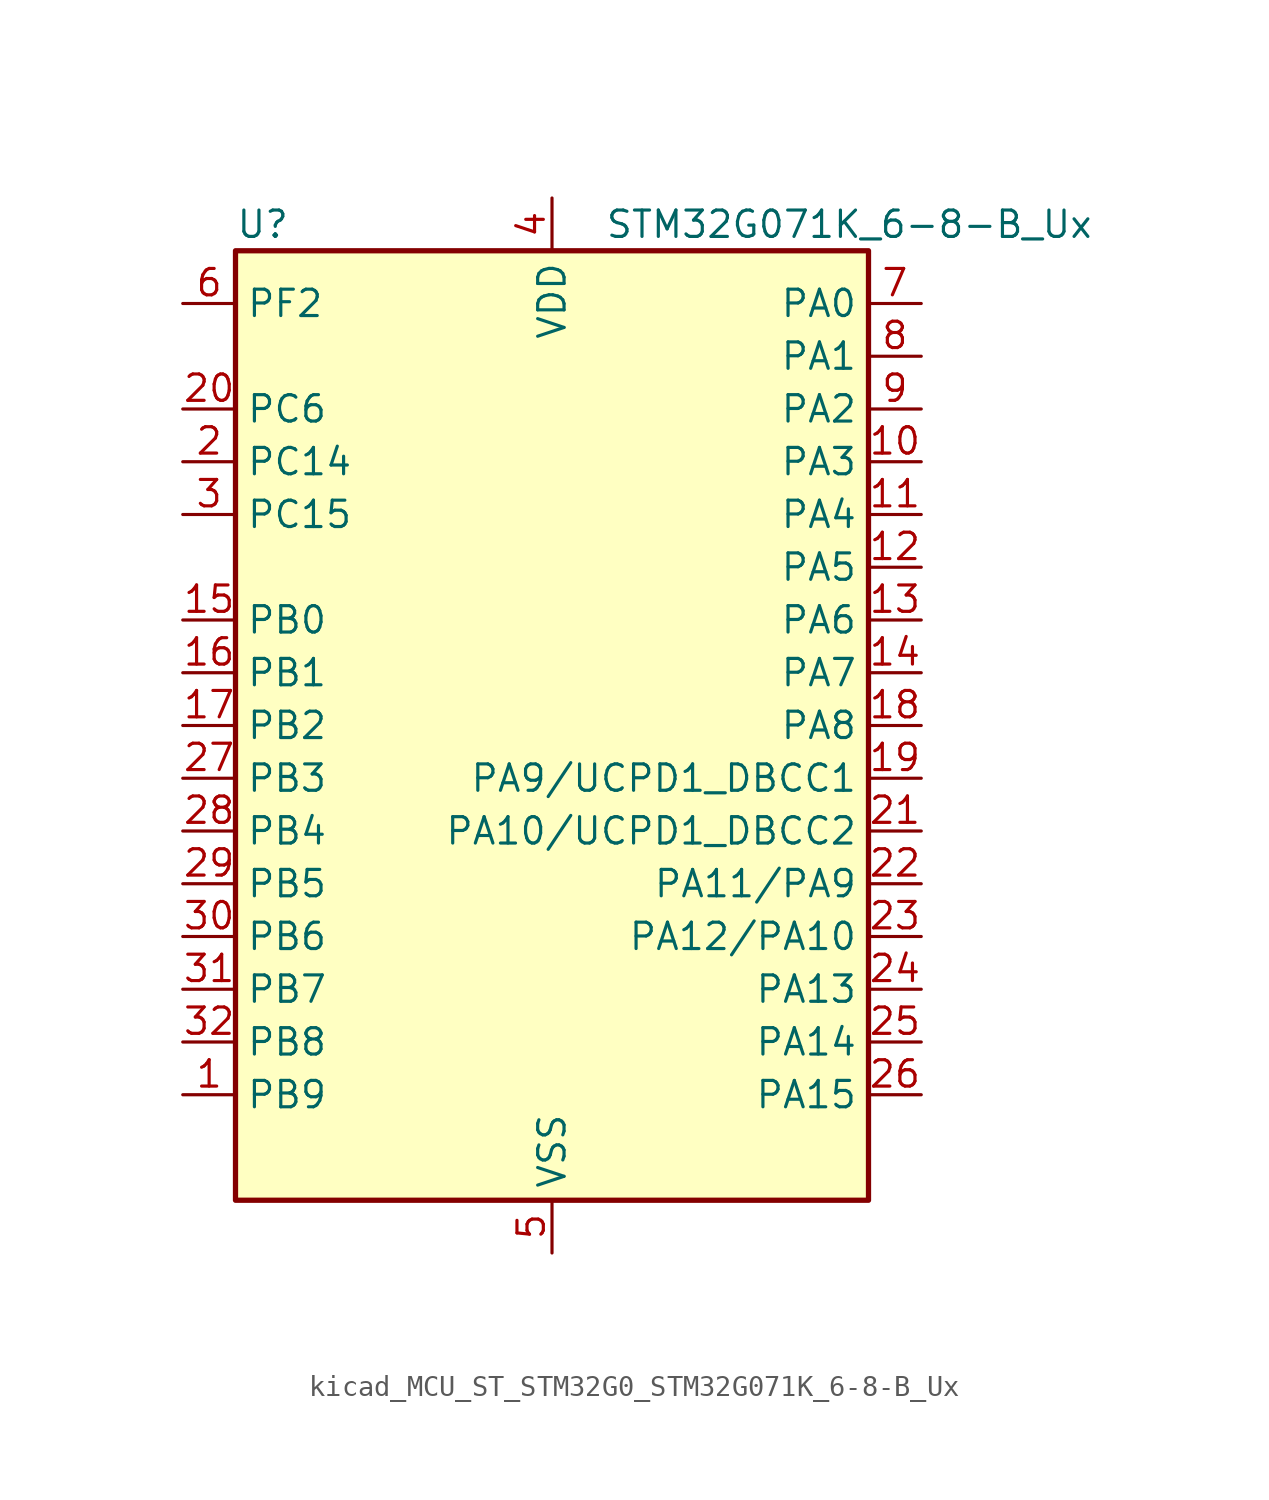
<source format=kicad_sym>
(kicad_symbol_lib
  (version 20220914)
  (generator kicad_symbol_editor)
  (symbol "kicad_MCU_ST_STM32G0_STM32G071K_6-8-B_Ux"
    (property "Reference" "U"
      (at -15.24 24.13 0)
      (effects (font (size 1.27 1.27)) (justify left)))
    (property "Value" "STM32G071K_6-8-B_Ux"
      (at 2.54 24.13 0)
      (effects (font (size 1.27 1.27)) (justify left)))
    (property "ki_locked" ""
      (at 0 0 0)
      (effects (font (size 1.27 1.27))))
    (symbol "kicad_MCU_ST_STM32G0_STM32G071K_6-8-B_Ux_0_1"
      (rectangle (start -15.24 -22.86) (end 15.24 22.86) (stroke (width 0.254) (type default)) (fill (type background))))
    (symbol "kicad_MCU_ST_STM32G0_STM32G071K_6-8-B_Ux_1_1"
      (pin bidirectional line (at -17.78 -17.78 0) (length 2.54) (name "PB9" (effects (font (size 1.27 1.27)))) (number "1" (effects (font (size 1.27 1.27)))) (alternate "DAC1_EXTI9" bidirectional line) (alternate "I2C1_SDA" bidirectional line) (alternate "IR_OUT" bidirectional line) (alternate "SPI2_NSS" bidirectional line) (alternate "TIM17_CH1" bidirectional line) (alternate "USART3_RX" bidirectional line))
      (pin bidirectional line (at 17.78 12.7 180) (length 2.54) (name "PA3" (effects (font (size 1.27 1.27)))) (number "10" (effects (font (size 1.27 1.27)))) (alternate "ADC1_IN3" bidirectional line) (alternate "COMP2_INP" bidirectional line) (alternate "LPUART1_RX" bidirectional line) (alternate "SPI2_MISO" bidirectional line) (alternate "TIM15_CH2" bidirectional line) (alternate "TIM2_CH4" bidirectional line) (alternate "USART2_RX" bidirectional line))
      (pin bidirectional line (at 17.78 10.16 180) (length 2.54) (name "PA4" (effects (font (size 1.27 1.27)))) (number "11" (effects (font (size 1.27 1.27)))) (alternate "ADC1_IN4" bidirectional line) (alternate "DAC1_OUT1" bidirectional line) (alternate "I2S1_WS" bidirectional line) (alternate "LPTIM2_OUT" bidirectional line) (alternate "RTC_OUT_ALARM" bidirectional line) (alternate "RTC_OUT_CALIB" bidirectional line) (alternate "RTC_TAMP_IN1" bidirectional line) (alternate "RTC_TS" bidirectional line) (alternate "SPI1_NSS" bidirectional line) (alternate "SPI2_MOSI" bidirectional line) (alternate "SYS_WKUP2" bidirectional line) (alternate "TIM14_CH1" bidirectional line))
      (pin bidirectional line (at 17.78 7.62 180) (length 2.54) (name "PA5" (effects (font (size 1.27 1.27)))) (number "12" (effects (font (size 1.27 1.27)))) (alternate "ADC1_IN5" bidirectional line) (alternate "CEC" bidirectional line) (alternate "DAC1_OUT2" bidirectional line) (alternate "I2S1_CK" bidirectional line) (alternate "LPTIM2_ETR" bidirectional line) (alternate "SPI1_SCK" bidirectional line) (alternate "TIM2_CH1" bidirectional line) (alternate "TIM2_ETR" bidirectional line) (alternate "UCPD1_FRSTX1" bidirectional line) (alternate "UCPD1_FRSTX2" bidirectional line) (alternate "USART3_TX" bidirectional line))
      (pin bidirectional line (at 17.78 5.08 180) (length 2.54) (name "PA6" (effects (font (size 1.27 1.27)))) (number "13" (effects (font (size 1.27 1.27)))) (alternate "ADC1_IN6" bidirectional line) (alternate "COMP1_OUT" bidirectional line) (alternate "I2S1_MCK" bidirectional line) (alternate "LPUART1_CTS" bidirectional line) (alternate "SPI1_MISO" bidirectional line) (alternate "TIM16_CH1" bidirectional line) (alternate "TIM1_BK" bidirectional line) (alternate "TIM3_CH1" bidirectional line) (alternate "USART3_CTS" bidirectional line) (alternate "USART3_NSS" bidirectional line))
      (pin bidirectional line (at 17.78 2.54 180) (length 2.54) (name "PA7" (effects (font (size 1.27 1.27)))) (number "14" (effects (font (size 1.27 1.27)))) (alternate "ADC1_IN7" bidirectional line) (alternate "COMP2_OUT" bidirectional line) (alternate "I2S1_SD" bidirectional line) (alternate "SPI1_MOSI" bidirectional line) (alternate "TIM14_CH1" bidirectional line) (alternate "TIM17_CH1" bidirectional line) (alternate "TIM1_CH1N" bidirectional line) (alternate "TIM3_CH2" bidirectional line) (alternate "UCPD1_FRSTX1" bidirectional line) (alternate "UCPD1_FRSTX2" bidirectional line))
      (pin bidirectional line (at -17.78 5.08 0) (length 2.54) (name "PB0" (effects (font (size 1.27 1.27)))) (number "15" (effects (font (size 1.27 1.27)))) (alternate "ADC1_IN8" bidirectional line) (alternate "COMP1_OUT" bidirectional line) (alternate "I2S1_WS" bidirectional line) (alternate "LPTIM1_OUT" bidirectional line) (alternate "SPI1_NSS" bidirectional line) (alternate "TIM1_CH2N" bidirectional line) (alternate "TIM3_CH3" bidirectional line) (alternate "UCPD1_FRSTX1" bidirectional line) (alternate "UCPD1_FRSTX2" bidirectional line) (alternate "USART3_RX" bidirectional line))
      (pin bidirectional line (at -17.78 2.54 0) (length 2.54) (name "PB1" (effects (font (size 1.27 1.27)))) (number "16" (effects (font (size 1.27 1.27)))) (alternate "ADC1_IN9" bidirectional line) (alternate "COMP1_INM" bidirectional line) (alternate "LPTIM2_IN1" bidirectional line) (alternate "LPUART1_DE" bidirectional line) (alternate "LPUART1_RTS" bidirectional line) (alternate "TIM14_CH1" bidirectional line) (alternate "TIM1_CH3N" bidirectional line) (alternate "TIM3_CH4" bidirectional line) (alternate "USART3_CK" bidirectional line) (alternate "USART3_DE" bidirectional line) (alternate "USART3_RTS" bidirectional line))
      (pin bidirectional line (at -17.78 0 0) (length 2.54) (name "PB2" (effects (font (size 1.27 1.27)))) (number "17" (effects (font (size 1.27 1.27)))) (alternate "ADC1_IN10" bidirectional line) (alternate "COMP1_INP" bidirectional line) (alternate "LPTIM1_OUT" bidirectional line) (alternate "SPI2_MISO" bidirectional line) (alternate "USART3_TX" bidirectional line))
      (pin bidirectional line (at 17.78 0 180) (length 2.54) (name "PA8" (effects (font (size 1.27 1.27)))) (number "18" (effects (font (size 1.27 1.27)))) (alternate "LPTIM2_OUT" bidirectional line) (alternate "RCC_MCO" bidirectional line) (alternate "SPI2_NSS" bidirectional line) (alternate "TIM1_CH1" bidirectional line) (alternate "UCPD1_CC1" bidirectional line))
      (pin bidirectional line (at 17.78 -2.54 180) (length 2.54) (name "PA9/UCPD1_DBCC1" (effects (font (size 1.27 1.27)))) (number "19" (effects (font (size 1.27 1.27)))) (alternate "DAC1_EXTI9" bidirectional line) (alternate "I2C1_SCL" bidirectional line) (alternate "RCC_MCO" bidirectional line) (alternate "SPI2_MISO" bidirectional line) (alternate "TIM15_BK" bidirectional line) (alternate "TIM1_CH2" bidirectional line) (alternate "UCPD1_DBCC1" bidirectional line) (alternate "USART1_TX" bidirectional line))
      (pin bidirectional line (at -17.78 12.7 0) (length 2.54) (name "PC14" (effects (font (size 1.27 1.27)))) (number "2" (effects (font (size 1.27 1.27)))) (alternate "RCC_OSC32_IN" bidirectional line) (alternate "RCC_OSC_IN" bidirectional line) (alternate "TIM1_BK2" bidirectional line))
      (pin bidirectional line (at -17.78 15.24 0) (length 2.54) (name "PC6" (effects (font (size 1.27 1.27)))) (number "20" (effects (font (size 1.27 1.27)))) (alternate "TIM2_CH3" bidirectional line) (alternate "TIM3_CH1" bidirectional line) (alternate "UCPD1_FRSTX1" bidirectional line) (alternate "UCPD1_FRSTX2" bidirectional line))
      (pin bidirectional line (at 17.78 -5.08 180) (length 2.54) (name "PA10/UCPD1_DBCC2" (effects (font (size 1.27 1.27)))) (number "21" (effects (font (size 1.27 1.27)))) (alternate "I2C1_SDA" bidirectional line) (alternate "SPI2_MOSI" bidirectional line) (alternate "TIM17_BK" bidirectional line) (alternate "TIM1_CH3" bidirectional line) (alternate "UCPD1_DBCC2" bidirectional line) (alternate "USART1_RX" bidirectional line))
      (pin bidirectional line (at 17.78 -7.62 180) (length 2.54) (name "PA11/PA9" (effects (font (size 1.27 1.27)))) (number "22" (effects (font (size 1.27 1.27)))) (alternate "ADC1_EXTI11" bidirectional line) (alternate "COMP1_OUT" bidirectional line) (alternate "I2C2_SCL" bidirectional line) (alternate "I2S1_MCK" bidirectional line) (alternate "SPI1_MISO" bidirectional line) (alternate "TIM1_BK2" bidirectional line) (alternate "TIM1_CH4" bidirectional line) (alternate "USART1_CTS" bidirectional line) (alternate "USART1_NSS" bidirectional line))
      (pin bidirectional line (at 17.78 -10.16 180) (length 2.54) (name "PA12/PA10" (effects (font (size 1.27 1.27)))) (number "23" (effects (font (size 1.27 1.27)))) (alternate "COMP2_OUT" bidirectional line) (alternate "I2C2_SDA" bidirectional line) (alternate "I2S1_SD" bidirectional line) (alternate "I2S_CKIN" bidirectional line) (alternate "SPI1_MOSI" bidirectional line) (alternate "TIM1_ETR" bidirectional line) (alternate "USART1_CK" bidirectional line) (alternate "USART1_DE" bidirectional line) (alternate "USART1_RTS" bidirectional line))
      (pin bidirectional line (at 17.78 -12.7 180) (length 2.54) (name "PA13" (effects (font (size 1.27 1.27)))) (number "24" (effects (font (size 1.27 1.27)))) (alternate "IR_OUT" bidirectional line) (alternate "SYS_SWDIO" bidirectional line))
      (pin bidirectional line (at 17.78 -15.24 180) (length 2.54) (name "PA14" (effects (font (size 1.27 1.27)))) (number "25" (effects (font (size 1.27 1.27)))) (alternate "SYS_SWCLK" bidirectional line) (alternate "USART2_TX" bidirectional line))
      (pin bidirectional line (at 17.78 -17.78 180) (length 2.54) (name "PA15" (effects (font (size 1.27 1.27)))) (number "26" (effects (font (size 1.27 1.27)))) (alternate "I2S1_WS" bidirectional line) (alternate "SPI1_NSS" bidirectional line) (alternate "TIM2_CH1" bidirectional line) (alternate "TIM2_ETR" bidirectional line) (alternate "USART2_RX" bidirectional line) (alternate "USART3_CK" bidirectional line) (alternate "USART3_DE" bidirectional line) (alternate "USART3_RTS" bidirectional line) (alternate "USART4_CK" bidirectional line) (alternate "USART4_DE" bidirectional line) (alternate "USART4_RTS" bidirectional line))
      (pin bidirectional line (at -17.78 -2.54 0) (length 2.54) (name "PB3" (effects (font (size 1.27 1.27)))) (number "27" (effects (font (size 1.27 1.27)))) (alternate "COMP2_INM" bidirectional line) (alternate "I2S1_CK" bidirectional line) (alternate "SPI1_SCK" bidirectional line) (alternate "TIM1_CH2" bidirectional line) (alternate "TIM2_CH2" bidirectional line) (alternate "USART1_CK" bidirectional line) (alternate "USART1_DE" bidirectional line) (alternate "USART1_RTS" bidirectional line))
      (pin bidirectional line (at -17.78 -5.08 0) (length 2.54) (name "PB4" (effects (font (size 1.27 1.27)))) (number "28" (effects (font (size 1.27 1.27)))) (alternate "COMP2_INP" bidirectional line) (alternate "I2S1_MCK" bidirectional line) (alternate "SPI1_MISO" bidirectional line) (alternate "TIM17_BK" bidirectional line) (alternate "TIM3_CH1" bidirectional line) (alternate "USART1_CTS" bidirectional line) (alternate "USART1_NSS" bidirectional line))
      (pin bidirectional line (at -17.78 -7.62 0) (length 2.54) (name "PB5" (effects (font (size 1.27 1.27)))) (number "29" (effects (font (size 1.27 1.27)))) (alternate "COMP2_OUT" bidirectional line) (alternate "I2C1_SMBA" bidirectional line) (alternate "I2S1_SD" bidirectional line) (alternate "LPTIM1_IN1" bidirectional line) (alternate "SPI1_MOSI" bidirectional line) (alternate "SYS_WKUP6" bidirectional line) (alternate "TIM16_BK" bidirectional line) (alternate "TIM3_CH2" bidirectional line))
      (pin bidirectional line (at -17.78 10.16 0) (length 2.54) (name "PC15" (effects (font (size 1.27 1.27)))) (number "3" (effects (font (size 1.27 1.27)))) (alternate "RCC_OSC32_EN" bidirectional line) (alternate "RCC_OSC32_OUT" bidirectional line) (alternate "RCC_OSC_EN" bidirectional line) (alternate "TIM15_BK" bidirectional line))
      (pin bidirectional line (at -17.78 -10.16 0) (length 2.54) (name "PB6" (effects (font (size 1.27 1.27)))) (number "30" (effects (font (size 1.27 1.27)))) (alternate "COMP2_INP" bidirectional line) (alternate "I2C1_SCL" bidirectional line) (alternate "LPTIM1_ETR" bidirectional line) (alternate "SPI2_MISO" bidirectional line) (alternate "TIM16_CH1N" bidirectional line) (alternate "TIM1_CH3" bidirectional line) (alternate "USART1_TX" bidirectional line))
      (pin bidirectional line (at -17.78 -12.7 0) (length 2.54) (name "PB7" (effects (font (size 1.27 1.27)))) (number "31" (effects (font (size 1.27 1.27)))) (alternate "COMP2_INM" bidirectional line) (alternate "I2C1_SDA" bidirectional line) (alternate "LPTIM1_IN2" bidirectional line) (alternate "SPI2_MOSI" bidirectional line) (alternate "SYS_PVD_IN" bidirectional line) (alternate "TIM17_CH1N" bidirectional line) (alternate "USART1_RX" bidirectional line) (alternate "USART4_CTS" bidirectional line) (alternate "USART4_NSS" bidirectional line))
      (pin bidirectional line (at -17.78 -15.24 0) (length 2.54) (name "PB8" (effects (font (size 1.27 1.27)))) (number "32" (effects (font (size 1.27 1.27)))) (alternate "CEC" bidirectional line) (alternate "I2C1_SCL" bidirectional line) (alternate "SPI2_SCK" bidirectional line) (alternate "TIM15_BK" bidirectional line) (alternate "TIM16_CH1" bidirectional line) (alternate "USART3_TX" bidirectional line))
      (pin passive line (at 0 -25.4 90) (length 2.54) hide (name "VSS" (effects (font (size 1.27 1.27)))) (number "33" (effects (font (size 1.27 1.27)))))
      (pin power_in line (at 0 25.4 270) (length 2.54) (name "VDD" (effects (font (size 1.27 1.27)))) (number "4" (effects (font (size 1.27 1.27)))))
      (pin power_in line (at 0 -25.4 90) (length 2.54) (name "VSS" (effects (font (size 1.27 1.27)))) (number "5" (effects (font (size 1.27 1.27)))))
      (pin bidirectional line (at -17.78 20.32 0) (length 2.54) (name "PF2" (effects (font (size 1.27 1.27)))) (number "6" (effects (font (size 1.27 1.27)))) (alternate "RCC_MCO" bidirectional line))
      (pin bidirectional line (at 17.78 20.32 180) (length 2.54) (name "PA0" (effects (font (size 1.27 1.27)))) (number "7" (effects (font (size 1.27 1.27)))) (alternate "ADC1_IN0" bidirectional line) (alternate "COMP1_INM" bidirectional line) (alternate "COMP1_OUT" bidirectional line) (alternate "LPTIM1_OUT" bidirectional line) (alternate "RTC_TAMP_IN2" bidirectional line) (alternate "SPI2_SCK" bidirectional line) (alternate "SYS_WKUP1" bidirectional line) (alternate "TIM2_CH1" bidirectional line) (alternate "TIM2_ETR" bidirectional line) (alternate "USART2_CTS" bidirectional line) (alternate "USART2_NSS" bidirectional line) (alternate "USART4_TX" bidirectional line))
      (pin bidirectional line (at 17.78 17.78 180) (length 2.54) (name "PA1" (effects (font (size 1.27 1.27)))) (number "8" (effects (font (size 1.27 1.27)))) (alternate "ADC1_IN1" bidirectional line) (alternate "COMP1_INP" bidirectional line) (alternate "I2C1_SMBA" bidirectional line) (alternate "I2S1_CK" bidirectional line) (alternate "SPI1_SCK" bidirectional line) (alternate "TIM15_CH1N" bidirectional line) (alternate "TIM2_CH2" bidirectional line) (alternate "USART2_CK" bidirectional line) (alternate "USART2_DE" bidirectional line) (alternate "USART2_RTS" bidirectional line) (alternate "USART4_RX" bidirectional line))
      (pin bidirectional line (at 17.78 15.24 180) (length 2.54) (name "PA2" (effects (font (size 1.27 1.27)))) (number "9" (effects (font (size 1.27 1.27)))) (alternate "ADC1_IN2" bidirectional line) (alternate "COMP2_INM" bidirectional line) (alternate "COMP2_OUT" bidirectional line) (alternate "I2S1_SD" bidirectional line) (alternate "LPUART1_TX" bidirectional line) (alternate "RCC_LSCO" bidirectional line) (alternate "SPI1_MOSI" bidirectional line) (alternate "SYS_WKUP4" bidirectional line) (alternate "TIM15_CH1" bidirectional line) (alternate "TIM2_CH3" bidirectional line) (alternate "UCPD1_FRSTX1" bidirectional line) (alternate "UCPD1_FRSTX2" bidirectional line) (alternate "USART2_TX" bidirectional line)))))
</source>
